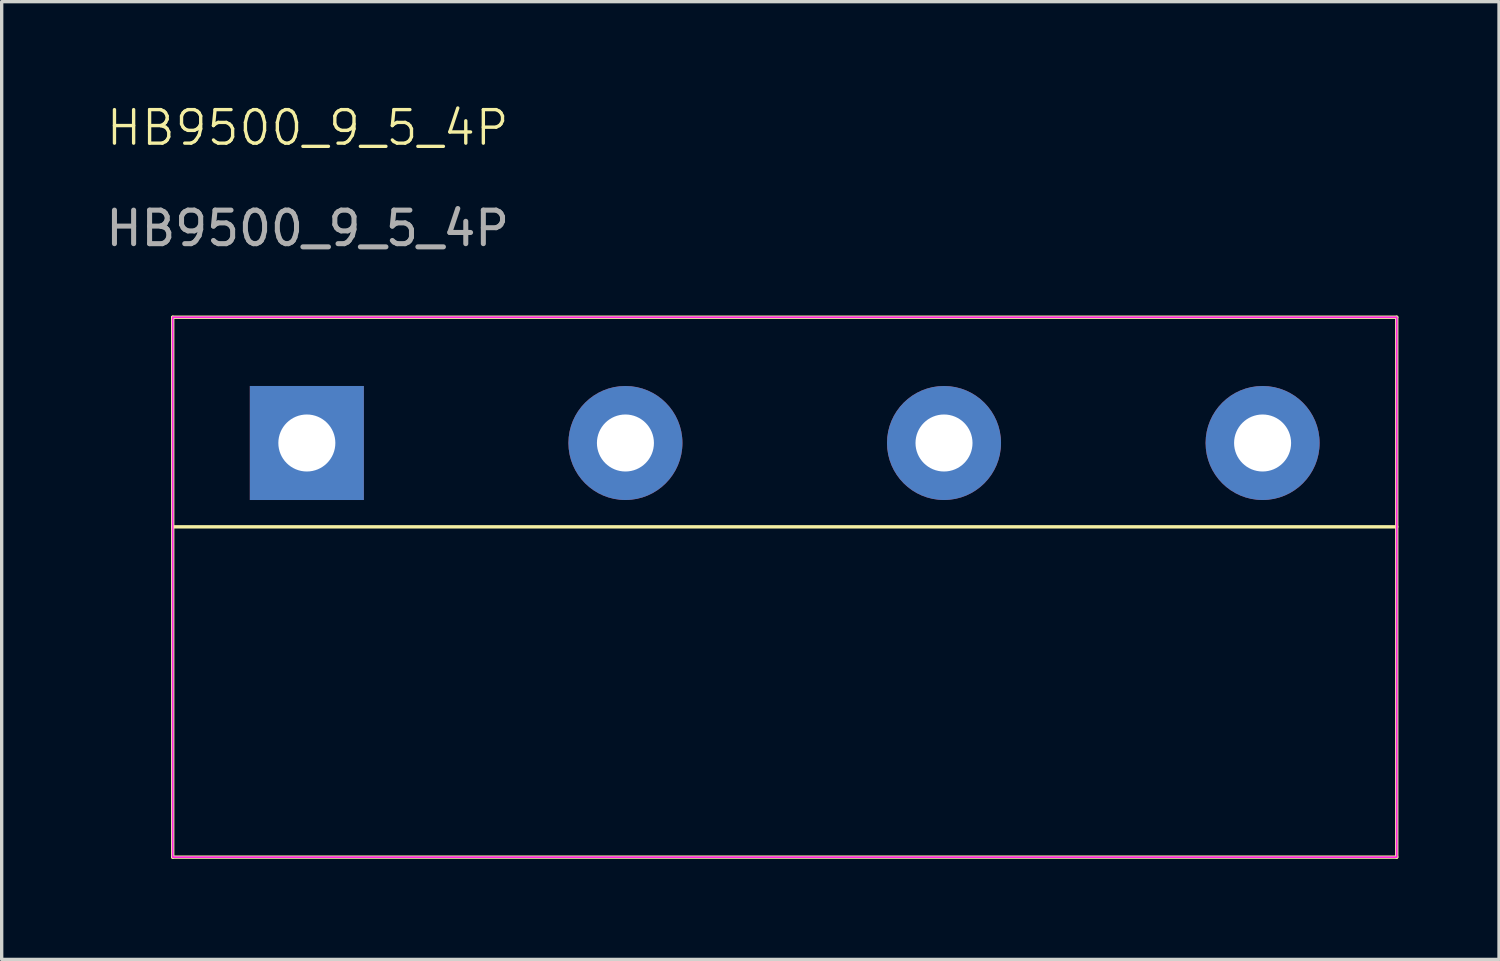
<source format=kicad_pcb>
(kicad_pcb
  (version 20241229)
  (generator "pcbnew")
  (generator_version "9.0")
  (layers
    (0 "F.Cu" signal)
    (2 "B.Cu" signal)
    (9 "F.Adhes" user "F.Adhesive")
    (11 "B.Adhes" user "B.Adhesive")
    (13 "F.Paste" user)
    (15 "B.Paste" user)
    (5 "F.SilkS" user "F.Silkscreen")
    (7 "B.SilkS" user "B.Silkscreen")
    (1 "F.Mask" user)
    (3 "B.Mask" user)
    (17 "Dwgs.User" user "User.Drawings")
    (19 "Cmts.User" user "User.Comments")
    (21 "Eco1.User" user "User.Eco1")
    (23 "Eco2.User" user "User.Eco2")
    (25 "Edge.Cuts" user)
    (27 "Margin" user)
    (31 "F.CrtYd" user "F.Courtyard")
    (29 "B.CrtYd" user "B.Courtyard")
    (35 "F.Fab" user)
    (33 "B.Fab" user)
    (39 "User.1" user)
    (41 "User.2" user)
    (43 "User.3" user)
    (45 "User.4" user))
  (footprint "HB9500_9_5_4P"
    (layer "F.Cu")
    (at 6.1 10.16)
    (property "Reference" "HB9500_9_5_4P" (at 0.025 -9.399 0) (unlocked yes) (layer "F.SilkS") (effects (font (size 1 1) (thickness 0.1))))
    (attr through_hole)
    (fp_line (start -4 -3.75) (end -4 12.35) (stroke (width 0.1) (type default)) (layer "F.SilkS"))
    (fp_line (start -4 -3.75) (end 32.5 -3.75) (stroke (width 0.1) (type default)) (layer "F.SilkS"))
    (fp_line (start -4 2.5) (end 32.5 2.5) (stroke (width 0.1) (type default)) (layer "F.SilkS"))
    (fp_line (start -4 12.35) (end 32.5 12.35) (stroke (width 0.1) (type default)) (layer "F.SilkS"))
    (fp_line (start 32.5 -3.75) (end 32.5 12.35) (stroke (width 0.1) (type default)) (layer "F.SilkS"))
    (fp_rect (start -4 -3.75) (end 32.5 12.35) (stroke (width 0.05) (type default)) (fill no) (layer "F.CrtYd"))
    (fp_text user "${REFERENCE}" (at 0.025 -6.399 0) (unlocked yes) (layer "F.Fab") (effects (font (size 1 1) (thickness 0.15))))
    (pad "1" thru_hole rect (at 0 0) (size 3.4 3.4) (drill 1.7) (layers "*.Cu" "*.Mask"))
    (pad "2" thru_hole circle (at 9.5 0) (size 3.4 3.4) (drill 1.7) (layers "*.Cu" "*.Mask"))
    (pad "3" thru_hole circle (at 19 0) (size 3.4 3.4) (drill 1.7) (layers "*.Cu" "*.Mask"))
    (pad "4" thru_hole circle (at 28.5 0) (size 3.4 3.4) (drill 1.7) (layers "*.Cu" "*.Mask")))
  (gr_rect
    (start -3 -3)
    (end 41.65 25.56)
    (stroke (width 0.1) (type default))
    (fill no)
    (layer "Edge.Cuts")))
</source>
